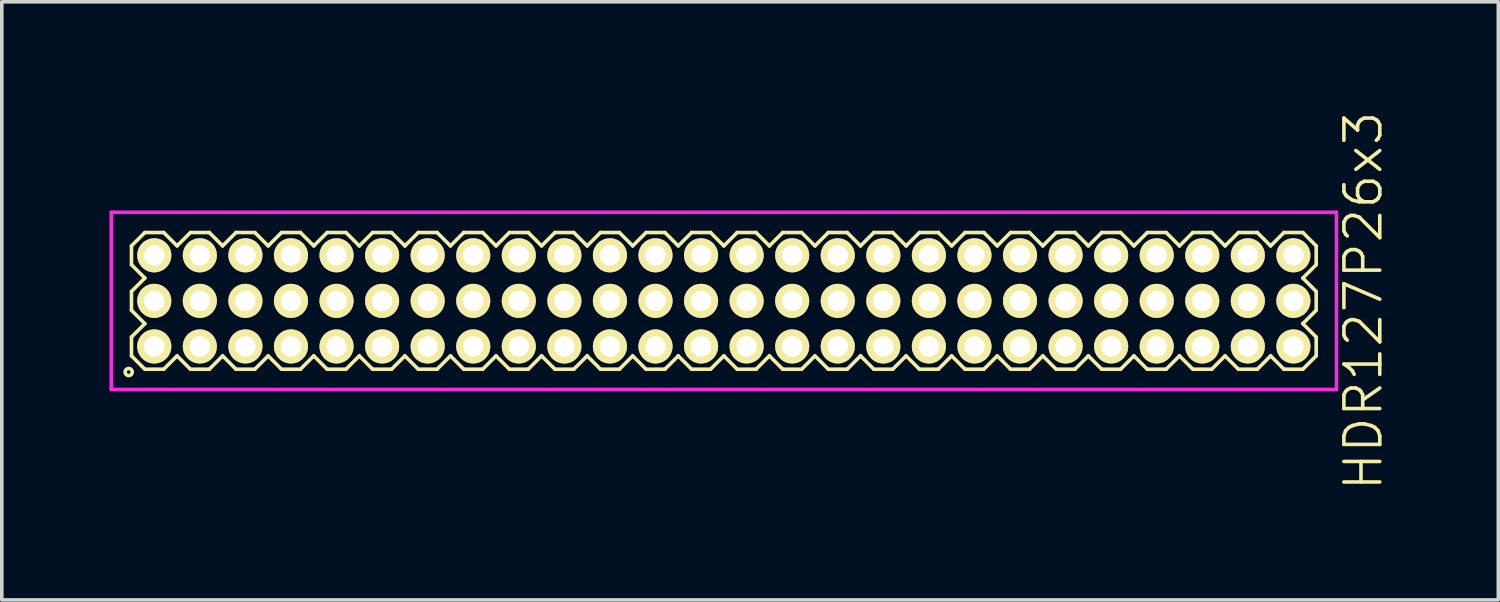
<source format=kicad_pcb>
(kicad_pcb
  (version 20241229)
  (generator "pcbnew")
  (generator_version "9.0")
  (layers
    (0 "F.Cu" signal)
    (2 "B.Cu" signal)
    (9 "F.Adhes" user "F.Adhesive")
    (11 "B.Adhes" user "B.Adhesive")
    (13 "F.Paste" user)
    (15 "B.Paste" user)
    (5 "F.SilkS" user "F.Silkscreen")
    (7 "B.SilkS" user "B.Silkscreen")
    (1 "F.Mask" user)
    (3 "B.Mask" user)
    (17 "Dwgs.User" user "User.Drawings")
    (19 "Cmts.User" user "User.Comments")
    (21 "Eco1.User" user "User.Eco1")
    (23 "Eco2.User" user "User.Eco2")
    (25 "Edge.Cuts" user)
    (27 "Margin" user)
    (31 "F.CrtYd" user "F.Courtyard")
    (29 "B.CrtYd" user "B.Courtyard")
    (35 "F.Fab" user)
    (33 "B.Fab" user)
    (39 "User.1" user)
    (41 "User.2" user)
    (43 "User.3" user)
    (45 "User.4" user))
  (footprint "HDR127P26x3"
    (layer "F.Cu")
    (at 17.125 5.336)
    (property "Reference" "HDR127P26x3" (at 17.825 0 90) (layer "F.SilkS") (effects (font (size 1 1) (thickness 0.1))))
    (attr through_hole)
    (fp_line (start -16.51 -1.533) (end -16.138 -1.905) (stroke (width 0.1) (type solid)) (layer "F.SilkS"))
    (fp_line (start -16.51 -1.007) (end -16.51 -1.533) (stroke (width 0.1) (type solid)) (layer "F.SilkS"))
    (fp_line (start -16.51 -0.263) (end -16.138 -0.635) (stroke (width 0.1) (type solid)) (layer "F.SilkS"))
    (fp_line (start -16.51 0.263) (end -16.51 -0.263) (stroke (width 0.1) (type solid)) (layer "F.SilkS"))
    (fp_line (start -16.51 1.007) (end -16.138 0.635) (stroke (width 0.1) (type solid)) (layer "F.SilkS"))
    (fp_line (start -16.51 1.533) (end -16.51 1.007) (stroke (width 0.1) (type solid)) (layer "F.SilkS"))
    (fp_line (start -16.138 -1.905) (end -15.612 -1.905) (stroke (width 0.1) (type solid)) (layer "F.SilkS"))
    (fp_line (start -16.138 -0.635) (end -16.51 -1.007) (stroke (width 0.1) (type solid)) (layer "F.SilkS"))
    (fp_line (start -16.138 0.635) (end -16.51 0.263) (stroke (width 0.1) (type solid)) (layer "F.SilkS"))
    (fp_line (start -16.138 1.905) (end -16.51 1.533) (stroke (width 0.1) (type solid)) (layer "F.SilkS"))
    (fp_line (start -15.612 -1.905) (end -15.24 -1.533) (stroke (width 0.1) (type solid)) (layer "F.SilkS"))
    (fp_line (start -15.612 1.905) (end -16.138 1.905) (stroke (width 0.1) (type solid)) (layer "F.SilkS"))
    (fp_line (start -15.24 -1.533) (end -14.868 -1.905) (stroke (width 0.1) (type solid)) (layer "F.SilkS"))
    (fp_line (start -15.24 1.533) (end -15.612 1.905) (stroke (width 0.1) (type solid)) (layer "F.SilkS"))
    (fp_line (start -14.868 -1.905) (end -14.342 -1.905) (stroke (width 0.1) (type solid)) (layer "F.SilkS"))
    (fp_line (start -14.868 1.905) (end -15.24 1.533) (stroke (width 0.1) (type solid)) (layer "F.SilkS"))
    (fp_line (start -14.342 -1.905) (end -13.97 -1.533) (stroke (width 0.1) (type solid)) (layer "F.SilkS"))
    (fp_line (start -14.342 1.905) (end -14.868 1.905) (stroke (width 0.1) (type solid)) (layer "F.SilkS"))
    (fp_line (start -13.97 -1.533) (end -13.598 -1.905) (stroke (width 0.1) (type solid)) (layer "F.SilkS"))
    (fp_line (start -13.97 1.533) (end -14.342 1.905) (stroke (width 0.1) (type solid)) (layer "F.SilkS"))
    (fp_line (start -13.598 -1.905) (end -13.072 -1.905) (stroke (width 0.1) (type solid)) (layer "F.SilkS"))
    (fp_line (start -13.598 1.905) (end -13.97 1.533) (stroke (width 0.1) (type solid)) (layer "F.SilkS"))
    (fp_line (start -13.072 -1.905) (end -12.7 -1.533) (stroke (width 0.1) (type solid)) (layer "F.SilkS"))
    (fp_line (start -13.072 1.905) (end -13.598 1.905) (stroke (width 0.1) (type solid)) (layer "F.SilkS"))
    (fp_line (start -12.7 -1.533) (end -12.328 -1.905) (stroke (width 0.1) (type solid)) (layer "F.SilkS"))
    (fp_line (start -12.7 1.533) (end -13.072 1.905) (stroke (width 0.1) (type solid)) (layer "F.SilkS"))
    (fp_line (start -12.328 -1.905) (end -11.802 -1.905) (stroke (width 0.1) (type solid)) (layer "F.SilkS"))
    (fp_line (start -12.328 1.905) (end -12.7 1.533) (stroke (width 0.1) (type solid)) (layer "F.SilkS"))
    (fp_line (start -11.802 -1.905) (end -11.43 -1.533) (stroke (width 0.1) (type solid)) (layer "F.SilkS"))
    (fp_line (start -11.802 1.905) (end -12.328 1.905) (stroke (width 0.1) (type solid)) (layer "F.SilkS"))
    (fp_line (start -11.43 -1.533) (end -11.058 -1.905) (stroke (width 0.1) (type solid)) (layer "F.SilkS"))
    (fp_line (start -11.43 1.533) (end -11.802 1.905) (stroke (width 0.1) (type solid)) (layer "F.SilkS"))
    (fp_line (start -11.058 -1.905) (end -10.532 -1.905) (stroke (width 0.1) (type solid)) (layer "F.SilkS"))
    (fp_line (start -11.058 1.905) (end -11.43 1.533) (stroke (width 0.1) (type solid)) (layer "F.SilkS"))
    (fp_line (start -10.532 -1.905) (end -10.16 -1.533) (stroke (width 0.1) (type solid)) (layer "F.SilkS"))
    (fp_line (start -10.532 1.905) (end -11.058 1.905) (stroke (width 0.1) (type solid)) (layer "F.SilkS"))
    (fp_line (start -10.16 -1.533) (end -9.788 -1.905) (stroke (width 0.1) (type solid)) (layer "F.SilkS"))
    (fp_line (start -10.16 1.533) (end -10.532 1.905) (stroke (width 0.1) (type solid)) (layer "F.SilkS"))
    (fp_line (start -9.788 -1.905) (end -9.262 -1.905) (stroke (width 0.1) (type solid)) (layer "F.SilkS"))
    (fp_line (start -9.788 1.905) (end -10.16 1.533) (stroke (width 0.1) (type solid)) (layer "F.SilkS"))
    (fp_line (start -9.262 -1.905) (end -8.89 -1.533) (stroke (width 0.1) (type solid)) (layer "F.SilkS"))
    (fp_line (start -9.262 1.905) (end -9.788 1.905) (stroke (width 0.1) (type solid)) (layer "F.SilkS"))
    (fp_line (start -8.89 -1.533) (end -8.518 -1.905) (stroke (width 0.1) (type solid)) (layer "F.SilkS"))
    (fp_line (start -8.89 1.533) (end -9.262 1.905) (stroke (width 0.1) (type solid)) (layer "F.SilkS"))
    (fp_line (start -8.518 -1.905) (end -7.992 -1.905) (stroke (width 0.1) (type solid)) (layer "F.SilkS"))
    (fp_line (start -8.518 1.905) (end -8.89 1.533) (stroke (width 0.1) (type solid)) (layer "F.SilkS"))
    (fp_line (start -7.992 -1.905) (end -7.62 -1.533) (stroke (width 0.1) (type solid)) (layer "F.SilkS"))
    (fp_line (start -7.992 1.905) (end -8.518 1.905) (stroke (width 0.1) (type solid)) (layer "F.SilkS"))
    (fp_line (start -7.62 -1.533) (end -7.248 -1.905) (stroke (width 0.1) (type solid)) (layer "F.SilkS"))
    (fp_line (start -7.62 1.533) (end -7.992 1.905) (stroke (width 0.1) (type solid)) (layer "F.SilkS"))
    (fp_line (start -7.248 -1.905) (end -6.722 -1.905) (stroke (width 0.1) (type solid)) (layer "F.SilkS"))
    (fp_line (start -7.248 1.905) (end -7.62 1.533) (stroke (width 0.1) (type solid)) (layer "F.SilkS"))
    (fp_line (start -6.722 -1.905) (end -6.35 -1.533) (stroke (width 0.1) (type solid)) (layer "F.SilkS"))
    (fp_line (start -6.722 1.905) (end -7.248 1.905) (stroke (width 0.1) (type solid)) (layer "F.SilkS"))
    (fp_line (start -6.35 -1.533) (end -5.978 -1.905) (stroke (width 0.1) (type solid)) (layer "F.SilkS"))
    (fp_line (start -6.35 1.533) (end -6.722 1.905) (stroke (width 0.1) (type solid)) (layer "F.SilkS"))
    (fp_line (start -5.978 -1.905) (end -5.452 -1.905) (stroke (width 0.1) (type solid)) (layer "F.SilkS"))
    (fp_line (start -5.978 1.905) (end -6.35 1.533) (stroke (width 0.1) (type solid)) (layer "F.SilkS"))
    (fp_line (start -5.452 -1.905) (end -5.08 -1.533) (stroke (width 0.1) (type solid)) (layer "F.SilkS"))
    (fp_line (start -5.452 1.905) (end -5.978 1.905) (stroke (width 0.1) (type solid)) (layer "F.SilkS"))
    (fp_line (start -5.08 -1.533) (end -4.708 -1.905) (stroke (width 0.1) (type solid)) (layer "F.SilkS"))
    (fp_line (start -5.08 1.533) (end -5.452 1.905) (stroke (width 0.1) (type solid)) (layer "F.SilkS"))
    (fp_line (start -4.708 -1.905) (end -4.182 -1.905) (stroke (width 0.1) (type solid)) (layer "F.SilkS"))
    (fp_line (start -4.708 1.905) (end -5.08 1.533) (stroke (width 0.1) (type solid)) (layer "F.SilkS"))
    (fp_line (start -4.182 -1.905) (end -3.81 -1.533) (stroke (width 0.1) (type solid)) (layer "F.SilkS"))
    (fp_line (start -4.182 1.905) (end -4.708 1.905) (stroke (width 0.1) (type solid)) (layer "F.SilkS"))
    (fp_line (start -3.81 -1.533) (end -3.438 -1.905) (stroke (width 0.1) (type solid)) (layer "F.SilkS"))
    (fp_line (start -3.81 1.533) (end -4.182 1.905) (stroke (width 0.1) (type solid)) (layer "F.SilkS"))
    (fp_line (start -3.438 -1.905) (end -2.912 -1.905) (stroke (width 0.1) (type solid)) (layer "F.SilkS"))
    (fp_line (start -3.438 1.905) (end -3.81 1.533) (stroke (width 0.1) (type solid)) (layer "F.SilkS"))
    (fp_line (start -2.912 -1.905) (end -2.54 -1.533) (stroke (width 0.1) (type solid)) (layer "F.SilkS"))
    (fp_line (start -2.912 1.905) (end -3.438 1.905) (stroke (width 0.1) (type solid)) (layer "F.SilkS"))
    (fp_line (start -2.54 -1.533) (end -2.168 -1.905) (stroke (width 0.1) (type solid)) (layer "F.SilkS"))
    (fp_line (start -2.54 1.533) (end -2.912 1.905) (stroke (width 0.1) (type solid)) (layer "F.SilkS"))
    (fp_line (start -2.168 -1.905) (end -1.642 -1.905) (stroke (width 0.1) (type solid)) (layer "F.SilkS"))
    (fp_line (start -2.168 1.905) (end -2.54 1.533) (stroke (width 0.1) (type solid)) (layer "F.SilkS"))
    (fp_line (start -1.642 -1.905) (end -1.27 -1.533) (stroke (width 0.1) (type solid)) (layer "F.SilkS"))
    (fp_line (start -1.642 1.905) (end -2.168 1.905) (stroke (width 0.1) (type solid)) (layer "F.SilkS"))
    (fp_line (start -1.27 -1.533) (end -0.898 -1.905) (stroke (width 0.1) (type solid)) (layer "F.SilkS"))
    (fp_line (start -1.27 1.533) (end -1.642 1.905) (stroke (width 0.1) (type solid)) (layer "F.SilkS"))
    (fp_line (start -0.898 -1.905) (end -0.372 -1.905) (stroke (width 0.1) (type solid)) (layer "F.SilkS"))
    (fp_line (start -0.898 1.905) (end -1.27 1.533) (stroke (width 0.1) (type solid)) (layer "F.SilkS"))
    (fp_line (start -0.372 -1.905) (end 0 -1.533) (stroke (width 0.1) (type solid)) (layer "F.SilkS"))
    (fp_line (start -0.372 1.905) (end -0.898 1.905) (stroke (width 0.1) (type solid)) (layer "F.SilkS"))
    (fp_line (start 0 -1.533) (end 0.372 -1.905) (stroke (width 0.1) (type solid)) (layer "F.SilkS"))
    (fp_line (start 0 1.533) (end -0.372 1.905) (stroke (width 0.1) (type solid)) (layer "F.SilkS"))
    (fp_line (start 0.372 -1.905) (end 0.898 -1.905) (stroke (width 0.1) (type solid)) (layer "F.SilkS"))
    (fp_line (start 0.372 1.905) (end 0 1.533) (stroke (width 0.1) (type solid)) (layer "F.SilkS"))
    (fp_line (start 0.898 -1.905) (end 1.27 -1.533) (stroke (width 0.1) (type solid)) (layer "F.SilkS"))
    (fp_line (start 0.898 1.905) (end 0.372 1.905) (stroke (width 0.1) (type solid)) (layer "F.SilkS"))
    (fp_line (start 1.27 -1.533) (end 1.642 -1.905) (stroke (width 0.1) (type solid)) (layer "F.SilkS"))
    (fp_line (start 1.27 1.533) (end 0.898 1.905) (stroke (width 0.1) (type solid)) (layer "F.SilkS"))
    (fp_line (start 1.642 -1.905) (end 2.168 -1.905) (stroke (width 0.1) (type solid)) (layer "F.SilkS"))
    (fp_line (start 1.642 1.905) (end 1.27 1.533) (stroke (width 0.1) (type solid)) (layer "F.SilkS"))
    (fp_line (start 2.168 -1.905) (end 2.54 -1.533) (stroke (width 0.1) (type solid)) (layer "F.SilkS"))
    (fp_line (start 2.168 1.905) (end 1.642 1.905) (stroke (width 0.1) (type solid)) (layer "F.SilkS"))
    (fp_line (start 2.54 -1.533) (end 2.912 -1.905) (stroke (width 0.1) (type solid)) (layer "F.SilkS"))
    (fp_line (start 2.54 1.533) (end 2.168 1.905) (stroke (width 0.1) (type solid)) (layer "F.SilkS"))
    (fp_line (start 2.912 -1.905) (end 3.438 -1.905) (stroke (width 0.1) (type solid)) (layer "F.SilkS"))
    (fp_line (start 2.912 1.905) (end 2.54 1.533) (stroke (width 0.1) (type solid)) (layer "F.SilkS"))
    (fp_line (start 3.438 -1.905) (end 3.81 -1.533) (stroke (width 0.1) (type solid)) (layer "F.SilkS"))
    (fp_line (start 3.438 1.905) (end 2.912 1.905) (stroke (width 0.1) (type solid)) (layer "F.SilkS"))
    (fp_line (start 3.81 -1.533) (end 4.182 -1.905) (stroke (width 0.1) (type solid)) (layer "F.SilkS"))
    (fp_line (start 3.81 1.533) (end 3.438 1.905) (stroke (width 0.1) (type solid)) (layer "F.SilkS"))
    (fp_line (start 4.182 -1.905) (end 4.708 -1.905) (stroke (width 0.1) (type solid)) (layer "F.SilkS"))
    (fp_line (start 4.182 1.905) (end 3.81 1.533) (stroke (width 0.1) (type solid)) (layer "F.SilkS"))
    (fp_line (start 4.708 -1.905) (end 5.08 -1.533) (stroke (width 0.1) (type solid)) (layer "F.SilkS"))
    (fp_line (start 4.708 1.905) (end 4.182 1.905) (stroke (width 0.1) (type solid)) (layer "F.SilkS"))
    (fp_line (start 5.08 -1.533) (end 5.452 -1.905) (stroke (width 0.1) (type solid)) (layer "F.SilkS"))
    (fp_line (start 5.08 1.533) (end 4.708 1.905) (stroke (width 0.1) (type solid)) (layer "F.SilkS"))
    (fp_line (start 5.452 -1.905) (end 5.978 -1.905) (stroke (width 0.1) (type solid)) (layer "F.SilkS"))
    (fp_line (start 5.452 1.905) (end 5.08 1.533) (stroke (width 0.1) (type solid)) (layer "F.SilkS"))
    (fp_line (start 5.978 -1.905) (end 6.35 -1.533) (stroke (width 0.1) (type solid)) (layer "F.SilkS"))
    (fp_line (start 5.978 1.905) (end 5.452 1.905) (stroke (width 0.1) (type solid)) (layer "F.SilkS"))
    (fp_line (start 6.35 -1.533) (end 6.722 -1.905) (stroke (width 0.1) (type solid)) (layer "F.SilkS"))
    (fp_line (start 6.35 1.533) (end 5.978 1.905) (stroke (width 0.1) (type solid)) (layer "F.SilkS"))
    (fp_line (start 6.722 -1.905) (end 7.248 -1.905) (stroke (width 0.1) (type solid)) (layer "F.SilkS"))
    (fp_line (start 6.722 1.905) (end 6.35 1.533) (stroke (width 0.1) (type solid)) (layer "F.SilkS"))
    (fp_line (start 7.248 -1.905) (end 7.62 -1.533) (stroke (width 0.1) (type solid)) (layer "F.SilkS"))
    (fp_line (start 7.248 1.905) (end 6.722 1.905) (stroke (width 0.1) (type solid)) (layer "F.SilkS"))
    (fp_line (start 7.62 -1.533) (end 7.992 -1.905) (stroke (width 0.1) (type solid)) (layer "F.SilkS"))
    (fp_line (start 7.62 1.533) (end 7.248 1.905) (stroke (width 0.1) (type solid)) (layer "F.SilkS"))
    (fp_line (start 7.992 -1.905) (end 8.518 -1.905) (stroke (width 0.1) (type solid)) (layer "F.SilkS"))
    (fp_line (start 7.992 1.905) (end 7.62 1.533) (stroke (width 0.1) (type solid)) (layer "F.SilkS"))
    (fp_line (start 8.518 -1.905) (end 8.89 -1.533) (stroke (width 0.1) (type solid)) (layer "F.SilkS"))
    (fp_line (start 8.518 1.905) (end 7.992 1.905) (stroke (width 0.1) (type solid)) (layer "F.SilkS"))
    (fp_line (start 8.89 -1.533) (end 9.262 -1.905) (stroke (width 0.1) (type solid)) (layer "F.SilkS"))
    (fp_line (start 8.89 1.533) (end 8.518 1.905) (stroke (width 0.1) (type solid)) (layer "F.SilkS"))
    (fp_line (start 9.262 -1.905) (end 9.788 -1.905) (stroke (width 0.1) (type solid)) (layer "F.SilkS"))
    (fp_line (start 9.262 1.905) (end 8.89 1.533) (stroke (width 0.1) (type solid)) (layer "F.SilkS"))
    (fp_line (start 9.788 -1.905) (end 10.16 -1.533) (stroke (width 0.1) (type solid)) (layer "F.SilkS"))
    (fp_line (start 9.788 1.905) (end 9.262 1.905) (stroke (width 0.1) (type solid)) (layer "F.SilkS"))
    (fp_line (start 10.16 -1.533) (end 10.532 -1.905) (stroke (width 0.1) (type solid)) (layer "F.SilkS"))
    (fp_line (start 10.16 1.533) (end 9.788 1.905) (stroke (width 0.1) (type solid)) (layer "F.SilkS"))
    (fp_line (start 10.532 -1.905) (end 11.058 -1.905) (stroke (width 0.1) (type solid)) (layer "F.SilkS"))
    (fp_line (start 10.532 1.905) (end 10.16 1.533) (stroke (width 0.1) (type solid)) (layer "F.SilkS"))
    (fp_line (start 11.058 -1.905) (end 11.43 -1.533) (stroke (width 0.1) (type solid)) (layer "F.SilkS"))
    (fp_line (start 11.058 1.905) (end 10.532 1.905) (stroke (width 0.1) (type solid)) (layer "F.SilkS"))
    (fp_line (start 11.43 -1.533) (end 11.802 -1.905) (stroke (width 0.1) (type solid)) (layer "F.SilkS"))
    (fp_line (start 11.43 1.533) (end 11.058 1.905) (stroke (width 0.1) (type solid)) (layer "F.SilkS"))
    (fp_line (start 11.802 -1.905) (end 12.328 -1.905) (stroke (width 0.1) (type solid)) (layer "F.SilkS"))
    (fp_line (start 11.802 1.905) (end 11.43 1.533) (stroke (width 0.1) (type solid)) (layer "F.SilkS"))
    (fp_line (start 12.328 -1.905) (end 12.7 -1.533) (stroke (width 0.1) (type solid)) (layer "F.SilkS"))
    (fp_line (start 12.328 1.905) (end 11.802 1.905) (stroke (width 0.1) (type solid)) (layer "F.SilkS"))
    (fp_line (start 12.7 -1.533) (end 13.072 -1.905) (stroke (width 0.1) (type solid)) (layer "F.SilkS"))
    (fp_line (start 12.7 1.533) (end 12.328 1.905) (stroke (width 0.1) (type solid)) (layer "F.SilkS"))
    (fp_line (start 13.072 -1.905) (end 13.598 -1.905) (stroke (width 0.1) (type solid)) (layer "F.SilkS"))
    (fp_line (start 13.072 1.905) (end 12.7 1.533) (stroke (width 0.1) (type solid)) (layer "F.SilkS"))
    (fp_line (start 13.598 -1.905) (end 13.97 -1.533) (stroke (width 0.1) (type solid)) (layer "F.SilkS"))
    (fp_line (start 13.598 1.905) (end 13.072 1.905) (stroke (width 0.1) (type solid)) (layer "F.SilkS"))
    (fp_line (start 13.97 -1.533) (end 14.342 -1.905) (stroke (width 0.1) (type solid)) (layer "F.SilkS"))
    (fp_line (start 13.97 1.533) (end 13.598 1.905) (stroke (width 0.1) (type solid)) (layer "F.SilkS"))
    (fp_line (start 14.342 -1.905) (end 14.868 -1.905) (stroke (width 0.1) (type solid)) (layer "F.SilkS"))
    (fp_line (start 14.342 1.905) (end 13.97 1.533) (stroke (width 0.1) (type solid)) (layer "F.SilkS"))
    (fp_line (start 14.868 -1.905) (end 15.24 -1.533) (stroke (width 0.1) (type solid)) (layer "F.SilkS"))
    (fp_line (start 14.868 1.905) (end 14.342 1.905) (stroke (width 0.1) (type solid)) (layer "F.SilkS"))
    (fp_line (start 15.24 -1.533) (end 15.612 -1.905) (stroke (width 0.1) (type solid)) (layer "F.SilkS"))
    (fp_line (start 15.24 1.533) (end 14.868 1.905) (stroke (width 0.1) (type solid)) (layer "F.SilkS"))
    (fp_line (start 15.612 -1.905) (end 16.138 -1.905) (stroke (width 0.1) (type solid)) (layer "F.SilkS"))
    (fp_line (start 15.612 1.905) (end 15.24 1.533) (stroke (width 0.1) (type solid)) (layer "F.SilkS"))
    (fp_line (start 16.138 -1.905) (end 16.51 -1.533) (stroke (width 0.1) (type solid)) (layer "F.SilkS"))
    (fp_line (start 16.138 -0.635) (end 16.51 -0.263) (stroke (width 0.1) (type solid)) (layer "F.SilkS"))
    (fp_line (start 16.138 0.635) (end 16.51 1.007) (stroke (width 0.1) (type solid)) (layer "F.SilkS"))
    (fp_line (start 16.138 1.905) (end 15.612 1.905) (stroke (width 0.1) (type solid)) (layer "F.SilkS"))
    (fp_line (start 16.51 -1.533) (end 16.51 -1.007) (stroke (width 0.1) (type solid)) (layer "F.SilkS"))
    (fp_line (start 16.51 -1.007) (end 16.138 -0.635) (stroke (width 0.1) (type solid)) (layer "F.SilkS"))
    (fp_line (start 16.51 -0.263) (end 16.51 0.263) (stroke (width 0.1) (type solid)) (layer "F.SilkS"))
    (fp_line (start 16.51 0.263) (end 16.138 0.635) (stroke (width 0.1) (type solid)) (layer "F.SilkS"))
    (fp_line (start 16.51 1.007) (end 16.51 1.533) (stroke (width 0.1) (type solid)) (layer "F.SilkS"))
    (fp_line (start 16.51 1.533) (end 16.138 1.905) (stroke (width 0.1) (type solid)) (layer "F.SilkS"))
    (fp_circle (center -16.588 1.983) (end -16.488 1.983) (stroke (width 0.1) (type solid)) (fill no) (layer "F.SilkS"))
    (fp_line (start -17.075 -2.47) (end -17.075 2.47) (stroke (width 0.1) (type solid)) (layer "F.CrtYd"))
    (fp_line (start -17.075 2.47) (end 17.075 2.47) (stroke (width 0.1) (type solid)) (layer "F.CrtYd"))
    (fp_line (start 17.075 -2.47) (end -17.075 -2.47) (stroke (width 0.1) (type solid)) (layer "F.CrtYd"))
    (fp_line (start 17.075 2.47) (end 17.075 -2.47) (stroke (width 0.1) (type solid)) (layer "F.CrtYd"))
    (pad "1" thru_hole oval (at -15.875 1.27) (size 0.95 0.95) (drill 0.57) (layers "*.Cu" "*.Mask" "F.SilkS"))
    (pad "2" thru_hole oval (at -15.875 0) (size 0.95 0.95) (drill 0.57) (layers "*.Cu" "*.Mask" "F.SilkS"))
    (pad "3" thru_hole oval (at -15.875 -1.27) (size 0.95 0.95) (drill 0.57) (layers "*.Cu" "*.Mask" "F.SilkS"))
    (pad "4" thru_hole oval (at -14.605 1.27) (size 0.95 0.95) (drill 0.57) (layers "*.Cu" "*.Mask" "F.SilkS"))
    (pad "5" thru_hole oval (at -14.605 0) (size 0.95 0.95) (drill 0.57) (layers "*.Cu" "*.Mask" "F.SilkS"))
    (pad "6" thru_hole oval (at -14.605 -1.27) (size 0.95 0.95) (drill 0.57) (layers "*.Cu" "*.Mask" "F.SilkS"))
    (pad "7" thru_hole oval (at -13.335 1.27) (size 0.95 0.95) (drill 0.57) (layers "*.Cu" "*.Mask" "F.SilkS"))
    (pad "8" thru_hole oval (at -13.335 0) (size 0.95 0.95) (drill 0.57) (layers "*.Cu" "*.Mask" "F.SilkS"))
    (pad "9" thru_hole oval (at -13.335 -1.27) (size 0.95 0.95) (drill 0.57) (layers "*.Cu" "*.Mask" "F.SilkS"))
    (pad "10" thru_hole oval (at -12.065 1.27) (size 0.95 0.95) (drill 0.57) (layers "*.Cu" "*.Mask" "F.SilkS"))
    (pad "11" thru_hole oval (at -12.065 0) (size 0.95 0.95) (drill 0.57) (layers "*.Cu" "*.Mask" "F.SilkS"))
    (pad "12" thru_hole oval (at -12.065 -1.27) (size 0.95 0.95) (drill 0.57) (layers "*.Cu" "*.Mask" "F.SilkS"))
    (pad "13" thru_hole oval (at -10.795 1.27) (size 0.95 0.95) (drill 0.57) (layers "*.Cu" "*.Mask" "F.SilkS"))
    (pad "14" thru_hole oval (at -10.795 0) (size 0.95 0.95) (drill 0.57) (layers "*.Cu" "*.Mask" "F.SilkS"))
    (pad "15" thru_hole oval (at -10.795 -1.27) (size 0.95 0.95) (drill 0.57) (layers "*.Cu" "*.Mask" "F.SilkS"))
    (pad "16" thru_hole oval (at -9.525 1.27) (size 0.95 0.95) (drill 0.57) (layers "*.Cu" "*.Mask" "F.SilkS"))
    (pad "17" thru_hole oval (at -9.525 0) (size 0.95 0.95) (drill 0.57) (layers "*.Cu" "*.Mask" "F.SilkS"))
    (pad "18" thru_hole oval (at -9.525 -1.27) (size 0.95 0.95) (drill 0.57) (layers "*.Cu" "*.Mask" "F.SilkS"))
    (pad "19" thru_hole oval (at -8.255 1.27) (size 0.95 0.95) (drill 0.57) (layers "*.Cu" "*.Mask" "F.SilkS"))
    (pad "20" thru_hole oval (at -8.255 0) (size 0.95 0.95) (drill 0.57) (layers "*.Cu" "*.Mask" "F.SilkS"))
    (pad "21" thru_hole oval (at -8.255 -1.27) (size 0.95 0.95) (drill 0.57) (layers "*.Cu" "*.Mask" "F.SilkS"))
    (pad "22" thru_hole oval (at -6.985 1.27) (size 0.95 0.95) (drill 0.57) (layers "*.Cu" "*.Mask" "F.SilkS"))
    (pad "23" thru_hole oval (at -6.985 0) (size 0.95 0.95) (drill 0.57) (layers "*.Cu" "*.Mask" "F.SilkS"))
    (pad "24" thru_hole oval (at -6.985 -1.27) (size 0.95 0.95) (drill 0.57) (layers "*.Cu" "*.Mask" "F.SilkS"))
    (pad "25" thru_hole oval (at -5.715 1.27) (size 0.95 0.95) (drill 0.57) (layers "*.Cu" "*.Mask" "F.SilkS"))
    (pad "26" thru_hole oval (at -5.715 0) (size 0.95 0.95) (drill 0.57) (layers "*.Cu" "*.Mask" "F.SilkS"))
    (pad "27" thru_hole oval (at -5.715 -1.27) (size 0.95 0.95) (drill 0.57) (layers "*.Cu" "*.Mask" "F.SilkS"))
    (pad "28" thru_hole oval (at -4.445 1.27) (size 0.95 0.95) (drill 0.57) (layers "*.Cu" "*.Mask" "F.SilkS"))
    (pad "29" thru_hole oval (at -4.445 0) (size 0.95 0.95) (drill 0.57) (layers "*.Cu" "*.Mask" "F.SilkS"))
    (pad "30" thru_hole oval (at -4.445 -1.27) (size 0.95 0.95) (drill 0.57) (layers "*.Cu" "*.Mask" "F.SilkS"))
    (pad "31" thru_hole oval (at -3.175 1.27) (size 0.95 0.95) (drill 0.57) (layers "*.Cu" "*.Mask" "F.SilkS"))
    (pad "32" thru_hole oval (at -3.175 0) (size 0.95 0.95) (drill 0.57) (layers "*.Cu" "*.Mask" "F.SilkS"))
    (pad "33" thru_hole oval (at -3.175 -1.27) (size 0.95 0.95) (drill 0.57) (layers "*.Cu" "*.Mask" "F.SilkS"))
    (pad "34" thru_hole oval (at -1.905 1.27) (size 0.95 0.95) (drill 0.57) (layers "*.Cu" "*.Mask" "F.SilkS"))
    (pad "35" thru_hole oval (at -1.905 0) (size 0.95 0.95) (drill 0.57) (layers "*.Cu" "*.Mask" "F.SilkS"))
    (pad "36" thru_hole oval (at -1.905 -1.27) (size 0.95 0.95) (drill 0.57) (layers "*.Cu" "*.Mask" "F.SilkS"))
    (pad "37" thru_hole oval (at -0.635 1.27) (size 0.95 0.95) (drill 0.57) (layers "*.Cu" "*.Mask" "F.SilkS"))
    (pad "38" thru_hole oval (at -0.635 0) (size 0.95 0.95) (drill 0.57) (layers "*.Cu" "*.Mask" "F.SilkS"))
    (pad "39" thru_hole oval (at -0.635 -1.27) (size 0.95 0.95) (drill 0.57) (layers "*.Cu" "*.Mask" "F.SilkS"))
    (pad "40" thru_hole oval (at 0.635 1.27) (size 0.95 0.95) (drill 0.57) (layers "*.Cu" "*.Mask" "F.SilkS"))
    (pad "41" thru_hole oval (at 0.635 0) (size 0.95 0.95) (drill 0.57) (layers "*.Cu" "*.Mask" "F.SilkS"))
    (pad "42" thru_hole oval (at 0.635 -1.27) (size 0.95 0.95) (drill 0.57) (layers "*.Cu" "*.Mask" "F.SilkS"))
    (pad "43" thru_hole oval (at 1.905 1.27) (size 0.95 0.95) (drill 0.57) (layers "*.Cu" "*.Mask" "F.SilkS"))
    (pad "44" thru_hole oval (at 1.905 0) (size 0.95 0.95) (drill 0.57) (layers "*.Cu" "*.Mask" "F.SilkS"))
    (pad "45" thru_hole oval (at 1.905 -1.27) (size 0.95 0.95) (drill 0.57) (layers "*.Cu" "*.Mask" "F.SilkS"))
    (pad "46" thru_hole oval (at 3.175 1.27) (size 0.95 0.95) (drill 0.57) (layers "*.Cu" "*.Mask" "F.SilkS"))
    (pad "47" thru_hole oval (at 3.175 0) (size 0.95 0.95) (drill 0.57) (layers "*.Cu" "*.Mask" "F.SilkS"))
    (pad "48" thru_hole oval (at 3.175 -1.27) (size 0.95 0.95) (drill 0.57) (layers "*.Cu" "*.Mask" "F.SilkS"))
    (pad "49" thru_hole oval (at 4.445 1.27) (size 0.95 0.95) (drill 0.57) (layers "*.Cu" "*.Mask" "F.SilkS"))
    (pad "50" thru_hole oval (at 4.445 0) (size 0.95 0.95) (drill 0.57) (layers "*.Cu" "*.Mask" "F.SilkS"))
    (pad "51" thru_hole oval (at 4.445 -1.27) (size 0.95 0.95) (drill 0.57) (layers "*.Cu" "*.Mask" "F.SilkS"))
    (pad "52" thru_hole oval (at 5.715 1.27) (size 0.95 0.95) (drill 0.57) (layers "*.Cu" "*.Mask" "F.SilkS"))
    (pad "53" thru_hole oval (at 5.715 0) (size 0.95 0.95) (drill 0.57) (layers "*.Cu" "*.Mask" "F.SilkS"))
    (pad "54" thru_hole oval (at 5.715 -1.27) (size 0.95 0.95) (drill 0.57) (layers "*.Cu" "*.Mask" "F.SilkS"))
    (pad "55" thru_hole oval (at 6.985 1.27) (size 0.95 0.95) (drill 0.57) (layers "*.Cu" "*.Mask" "F.SilkS"))
    (pad "56" thru_hole oval (at 6.985 0) (size 0.95 0.95) (drill 0.57) (layers "*.Cu" "*.Mask" "F.SilkS"))
    (pad "57" thru_hole oval (at 6.985 -1.27) (size 0.95 0.95) (drill 0.57) (layers "*.Cu" "*.Mask" "F.SilkS"))
    (pad "58" thru_hole oval (at 8.255 1.27) (size 0.95 0.95) (drill 0.57) (layers "*.Cu" "*.Mask" "F.SilkS"))
    (pad "59" thru_hole oval (at 8.255 0) (size 0.95 0.95) (drill 0.57) (layers "*.Cu" "*.Mask" "F.SilkS"))
    (pad "60" thru_hole oval (at 8.255 -1.27) (size 0.95 0.95) (drill 0.57) (layers "*.Cu" "*.Mask" "F.SilkS"))
    (pad "61" thru_hole oval (at 9.525 1.27) (size 0.95 0.95) (drill 0.57) (layers "*.Cu" "*.Mask" "F.SilkS"))
    (pad "62" thru_hole oval (at 9.525 0) (size 0.95 0.95) (drill 0.57) (layers "*.Cu" "*.Mask" "F.SilkS"))
    (pad "63" thru_hole oval (at 9.525 -1.27) (size 0.95 0.95) (drill 0.57) (layers "*.Cu" "*.Mask" "F.SilkS"))
    (pad "64" thru_hole oval (at 10.795 1.27) (size 0.95 0.95) (drill 0.57) (layers "*.Cu" "*.Mask" "F.SilkS"))
    (pad "65" thru_hole oval (at 10.795 0) (size 0.95 0.95) (drill 0.57) (layers "*.Cu" "*.Mask" "F.SilkS"))
    (pad "66" thru_hole oval (at 10.795 -1.27) (size 0.95 0.95) (drill 0.57) (layers "*.Cu" "*.Mask" "F.SilkS"))
    (pad "67" thru_hole oval (at 12.065 1.27) (size 0.95 0.95) (drill 0.57) (layers "*.Cu" "*.Mask" "F.SilkS"))
    (pad "68" thru_hole oval (at 12.065 0) (size 0.95 0.95) (drill 0.57) (layers "*.Cu" "*.Mask" "F.SilkS"))
    (pad "69" thru_hole oval (at 12.065 -1.27) (size 0.95 0.95) (drill 0.57) (layers "*.Cu" "*.Mask" "F.SilkS"))
    (pad "70" thru_hole oval (at 13.335 1.27) (size 0.95 0.95) (drill 0.57) (layers "*.Cu" "*.Mask" "F.SilkS"))
    (pad "71" thru_hole oval (at 13.335 0) (size 0.95 0.95) (drill 0.57) (layers "*.Cu" "*.Mask" "F.SilkS"))
    (pad "72" thru_hole oval (at 13.335 -1.27) (size 0.95 0.95) (drill 0.57) (layers "*.Cu" "*.Mask" "F.SilkS"))
    (pad "73" thru_hole oval (at 14.605 1.27) (size 0.95 0.95) (drill 0.57) (layers "*.Cu" "*.Mask" "F.SilkS"))
    (pad "74" thru_hole oval (at 14.605 0) (size 0.95 0.95) (drill 0.57) (layers "*.Cu" "*.Mask" "F.SilkS"))
    (pad "75" thru_hole oval (at 14.605 -1.27) (size 0.95 0.95) (drill 0.57) (layers "*.Cu" "*.Mask" "F.SilkS"))
    (pad "76" thru_hole oval (at 15.875 1.27) (size 0.95 0.95) (drill 0.57) (layers "*.Cu" "*.Mask" "F.SilkS"))
    (pad "77" thru_hole oval (at 15.875 0) (size 0.95 0.95) (drill 0.57) (layers "*.Cu" "*.Mask" "F.SilkS"))
    (pad "78" thru_hole oval (at 15.875 -1.27) (size 0.95 0.95) (drill 0.57) (layers "*.Cu" "*.Mask" "F.SilkS")))
  (gr_rect
    (start -3 -3)
    (end 38.711 13.671)
    (stroke (width 0.1) (type default))
    (fill no)
    (layer "Edge.Cuts")))
</source>
